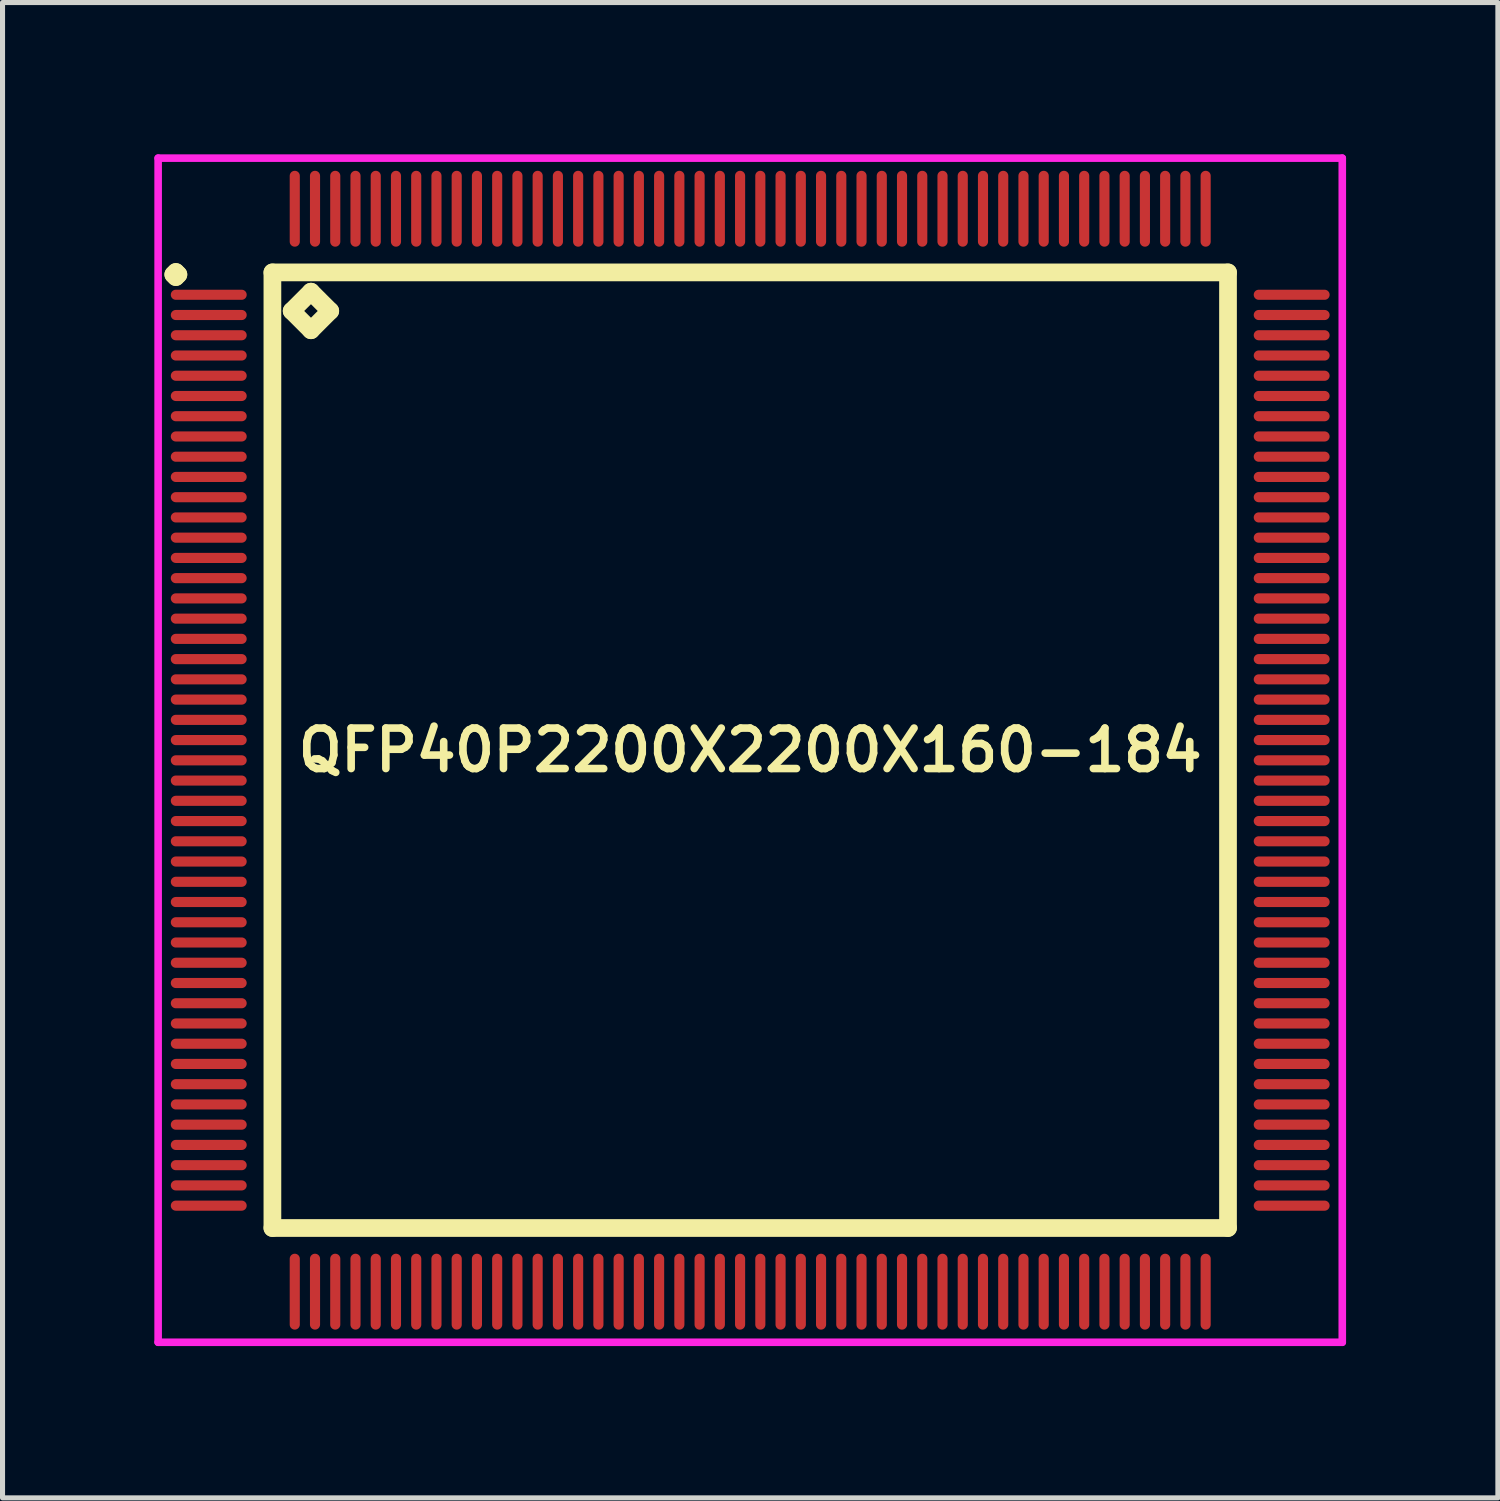
<source format=kicad_pcb>
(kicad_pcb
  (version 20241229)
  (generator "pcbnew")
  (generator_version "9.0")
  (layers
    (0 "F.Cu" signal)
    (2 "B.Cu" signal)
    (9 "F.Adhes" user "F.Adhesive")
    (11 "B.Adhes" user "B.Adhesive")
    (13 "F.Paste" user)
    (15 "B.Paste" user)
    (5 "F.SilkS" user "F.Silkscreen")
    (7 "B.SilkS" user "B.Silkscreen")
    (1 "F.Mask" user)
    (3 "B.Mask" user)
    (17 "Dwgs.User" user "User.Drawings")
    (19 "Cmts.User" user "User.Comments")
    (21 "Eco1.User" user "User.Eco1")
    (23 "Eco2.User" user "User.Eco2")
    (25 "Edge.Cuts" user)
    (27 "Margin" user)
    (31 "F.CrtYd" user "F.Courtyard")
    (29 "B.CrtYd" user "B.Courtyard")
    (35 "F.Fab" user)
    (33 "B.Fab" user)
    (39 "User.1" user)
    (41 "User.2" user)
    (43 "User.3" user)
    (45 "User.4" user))
  (footprint "QFP40P2200X2200X160-184"
    (layer "F.Cu")
    (at 11.775 11.775)
    (property "Reference" "QFP40P2200X2200X160-184" (at 0 0 0) (layer "F.SilkS") (effects (font (size 0.8 0.8) (thickness 0.15))))
    (attr smd)
    (fp_line (start -11.4 -9.4) (end -11.35 -9.45) (stroke (width 0.35) (type solid)) (layer "F.SilkS"))
    (fp_line (start -11.35 -9.45) (end -11.3 -9.4) (stroke (width 0.35) (type solid)) (layer "F.SilkS"))
    (fp_line (start -11.35 -9.35) (end -11.4 -9.4) (stroke (width 0.35) (type solid)) (layer "F.SilkS"))
    (fp_line (start -11.3 -9.4) (end -11.35 -9.35) (stroke (width 0.35) (type solid)) (layer "F.SilkS"))
    (fp_line (start -9.442 -9.442) (end -9.442 9.442) (stroke (width 0.35) (type solid)) (layer "F.SilkS"))
    (fp_line (start -9.442 9.442) (end 9.442 9.442) (stroke (width 0.35) (type solid)) (layer "F.SilkS"))
    (fp_line (start -9.061 -8.68) (end -8.68 -9.061) (stroke (width 0.35) (type solid)) (layer "F.SilkS"))
    (fp_line (start -8.68 -9.061) (end -8.299 -8.68) (stroke (width 0.35) (type solid)) (layer "F.SilkS"))
    (fp_line (start -8.68 -8.299) (end -9.061 -8.68) (stroke (width 0.35) (type solid)) (layer "F.SilkS"))
    (fp_line (start -8.299 -8.68) (end -8.68 -8.299) (stroke (width 0.35) (type solid)) (layer "F.SilkS"))
    (fp_line (start 9.442 -9.442) (end -9.442 -9.442) (stroke (width 0.35) (type solid)) (layer "F.SilkS"))
    (fp_line (start 9.442 9.442) (end 9.442 -9.442) (stroke (width 0.35) (type solid)) (layer "F.SilkS"))
    (fp_line (start -11.7 -11.7) (end 11.7 -11.7) (stroke (width 0.15) (type solid)) (layer "F.CrtYd"))
    (fp_line (start -11.7 11.7) (end -11.7 -11.7) (stroke (width 0.15) (type solid)) (layer "F.CrtYd"))
    (fp_line (start 11.7 -11.7) (end 11.7 11.7) (stroke (width 0.15) (type solid)) (layer "F.CrtYd"))
    (fp_line (start 11.7 11.7) (end -11.7 11.7) (stroke (width 0.15) (type solid)) (layer "F.CrtYd"))
    (pad "1" smd oval (at -10.7 -9) (size 1.5 0.2) (layers "F.Cu" "F.Mask" "F.Paste"))
    (pad "2" smd oval (at -10.7 -8.6) (size 1.5 0.2) (layers "F.Cu" "F.Mask" "F.Paste"))
    (pad "3" smd oval (at -10.7 -8.2) (size 1.5 0.2) (layers "F.Cu" "F.Mask" "F.Paste"))
    (pad "4" smd oval (at -10.7 -7.8) (size 1.5 0.2) (layers "F.Cu" "F.Mask" "F.Paste"))
    (pad "5" smd oval (at -10.7 -7.4) (size 1.5 0.2) (layers "F.Cu" "F.Mask" "F.Paste"))
    (pad "6" smd oval (at -10.7 -7) (size 1.5 0.2) (layers "F.Cu" "F.Mask" "F.Paste"))
    (pad "7" smd oval (at -10.7 -6.6) (size 1.5 0.2) (layers "F.Cu" "F.Mask" "F.Paste"))
    (pad "8" smd oval (at -10.7 -6.2) (size 1.5 0.2) (layers "F.Cu" "F.Mask" "F.Paste"))
    (pad "9" smd oval (at -10.7 -5.8) (size 1.5 0.2) (layers "F.Cu" "F.Mask" "F.Paste"))
    (pad "10" smd oval (at -10.7 -5.4) (size 1.5 0.2) (layers "F.Cu" "F.Mask" "F.Paste"))
    (pad "11" smd oval (at -10.7 -5) (size 1.5 0.2) (layers "F.Cu" "F.Mask" "F.Paste"))
    (pad "12" smd oval (at -10.7 -4.6) (size 1.5 0.2) (layers "F.Cu" "F.Mask" "F.Paste"))
    (pad "13" smd oval (at -10.7 -4.2) (size 1.5 0.2) (layers "F.Cu" "F.Mask" "F.Paste"))
    (pad "14" smd oval (at -10.7 -3.8) (size 1.5 0.2) (layers "F.Cu" "F.Mask" "F.Paste"))
    (pad "15" smd oval (at -10.7 -3.4) (size 1.5 0.2) (layers "F.Cu" "F.Mask" "F.Paste"))
    (pad "16" smd oval (at -10.7 -3) (size 1.5 0.2) (layers "F.Cu" "F.Mask" "F.Paste"))
    (pad "17" smd oval (at -10.7 -2.6) (size 1.5 0.2) (layers "F.Cu" "F.Mask" "F.Paste"))
    (pad "18" smd oval (at -10.7 -2.2) (size 1.5 0.2) (layers "F.Cu" "F.Mask" "F.Paste"))
    (pad "19" smd oval (at -10.7 -1.8) (size 1.5 0.2) (layers "F.Cu" "F.Mask" "F.Paste"))
    (pad "20" smd oval (at -10.7 -1.4) (size 1.5 0.2) (layers "F.Cu" "F.Mask" "F.Paste"))
    (pad "21" smd oval (at -10.7 -1) (size 1.5 0.2) (layers "F.Cu" "F.Mask" "F.Paste"))
    (pad "22" smd oval (at -10.7 -0.6) (size 1.5 0.2) (layers "F.Cu" "F.Mask" "F.Paste"))
    (pad "23" smd oval (at -10.7 -0.2) (size 1.5 0.2) (layers "F.Cu" "F.Mask" "F.Paste"))
    (pad "24" smd oval (at -10.7 0.2) (size 1.5 0.2) (layers "F.Cu" "F.Mask" "F.Paste"))
    (pad "25" smd oval (at -10.7 0.6) (size 1.5 0.2) (layers "F.Cu" "F.Mask" "F.Paste"))
    (pad "26" smd oval (at -10.7 1) (size 1.5 0.2) (layers "F.Cu" "F.Mask" "F.Paste"))
    (pad "27" smd oval (at -10.7 1.4) (size 1.5 0.2) (layers "F.Cu" "F.Mask" "F.Paste"))
    (pad "28" smd oval (at -10.7 1.8) (size 1.5 0.2) (layers "F.Cu" "F.Mask" "F.Paste"))
    (pad "29" smd oval (at -10.7 2.2) (size 1.5 0.2) (layers "F.Cu" "F.Mask" "F.Paste"))
    (pad "30" smd oval (at -10.7 2.6) (size 1.5 0.2) (layers "F.Cu" "F.Mask" "F.Paste"))
    (pad "31" smd oval (at -10.7 3) (size 1.5 0.2) (layers "F.Cu" "F.Mask" "F.Paste"))
    (pad "32" smd oval (at -10.7 3.4) (size 1.5 0.2) (layers "F.Cu" "F.Mask" "F.Paste"))
    (pad "33" smd oval (at -10.7 3.8) (size 1.5 0.2) (layers "F.Cu" "F.Mask" "F.Paste"))
    (pad "34" smd oval (at -10.7 4.2) (size 1.5 0.2) (layers "F.Cu" "F.Mask" "F.Paste"))
    (pad "35" smd oval (at -10.7 4.6) (size 1.5 0.2) (layers "F.Cu" "F.Mask" "F.Paste"))
    (pad "36" smd oval (at -10.7 5) (size 1.5 0.2) (layers "F.Cu" "F.Mask" "F.Paste"))
    (pad "37" smd oval (at -10.7 5.4) (size 1.5 0.2) (layers "F.Cu" "F.Mask" "F.Paste"))
    (pad "38" smd oval (at -10.7 5.8) (size 1.5 0.2) (layers "F.Cu" "F.Mask" "F.Paste"))
    (pad "39" smd oval (at -10.7 6.2) (size 1.5 0.2) (layers "F.Cu" "F.Mask" "F.Paste"))
    (pad "40" smd oval (at -10.7 6.6) (size 1.5 0.2) (layers "F.Cu" "F.Mask" "F.Paste"))
    (pad "41" smd oval (at -10.7 7) (size 1.5 0.2) (layers "F.Cu" "F.Mask" "F.Paste"))
    (pad "42" smd oval (at -10.7 7.4) (size 1.5 0.2) (layers "F.Cu" "F.Mask" "F.Paste"))
    (pad "43" smd oval (at -10.7 7.8) (size 1.5 0.2) (layers "F.Cu" "F.Mask" "F.Paste"))
    (pad "44" smd oval (at -10.7 8.2) (size 1.5 0.2) (layers "F.Cu" "F.Mask" "F.Paste"))
    (pad "45" smd oval (at -10.7 8.6) (size 1.5 0.2) (layers "F.Cu" "F.Mask" "F.Paste"))
    (pad "46" smd oval (at -10.7 9) (size 1.5 0.2) (layers "F.Cu" "F.Mask" "F.Paste"))
    (pad "47" smd oval (at -9 10.7) (size 0.2 1.5) (layers "F.Cu" "F.Mask" "F.Paste"))
    (pad "48" smd oval (at -8.6 10.7) (size 0.2 1.5) (layers "F.Cu" "F.Mask" "F.Paste"))
    (pad "49" smd oval (at -8.2 10.7) (size 0.2 1.5) (layers "F.Cu" "F.Mask" "F.Paste"))
    (pad "50" smd oval (at -7.8 10.7) (size 0.2 1.5) (layers "F.Cu" "F.Mask" "F.Paste"))
    (pad "51" smd oval (at -7.4 10.7) (size 0.2 1.5) (layers "F.Cu" "F.Mask" "F.Paste"))
    (pad "52" smd oval (at -7 10.7) (size 0.2 1.5) (layers "F.Cu" "F.Mask" "F.Paste"))
    (pad "53" smd oval (at -6.6 10.7) (size 0.2 1.5) (layers "F.Cu" "F.Mask" "F.Paste"))
    (pad "54" smd oval (at -6.2 10.7) (size 0.2 1.5) (layers "F.Cu" "F.Mask" "F.Paste"))
    (pad "55" smd oval (at -5.8 10.7) (size 0.2 1.5) (layers "F.Cu" "F.Mask" "F.Paste"))
    (pad "56" smd oval (at -5.4 10.7) (size 0.2 1.5) (layers "F.Cu" "F.Mask" "F.Paste"))
    (pad "57" smd oval (at -5 10.7) (size 0.2 1.5) (layers "F.Cu" "F.Mask" "F.Paste"))
    (pad "58" smd oval (at -4.6 10.7) (size 0.2 1.5) (layers "F.Cu" "F.Mask" "F.Paste"))
    (pad "59" smd oval (at -4.2 10.7) (size 0.2 1.5) (layers "F.Cu" "F.Mask" "F.Paste"))
    (pad "60" smd oval (at -3.8 10.7) (size 0.2 1.5) (layers "F.Cu" "F.Mask" "F.Paste"))
    (pad "61" smd oval (at -3.4 10.7) (size 0.2 1.5) (layers "F.Cu" "F.Mask" "F.Paste"))
    (pad "62" smd oval (at -3 10.7) (size 0.2 1.5) (layers "F.Cu" "F.Mask" "F.Paste"))
    (pad "63" smd oval (at -2.6 10.7) (size 0.2 1.5) (layers "F.Cu" "F.Mask" "F.Paste"))
    (pad "64" smd oval (at -2.2 10.7) (size 0.2 1.5) (layers "F.Cu" "F.Mask" "F.Paste"))
    (pad "65" smd oval (at -1.8 10.7) (size 0.2 1.5) (layers "F.Cu" "F.Mask" "F.Paste"))
    (pad "66" smd oval (at -1.4 10.7) (size 0.2 1.5) (layers "F.Cu" "F.Mask" "F.Paste"))
    (pad "67" smd oval (at -1 10.7) (size 0.2 1.5) (layers "F.Cu" "F.Mask" "F.Paste"))
    (pad "68" smd oval (at -0.6 10.7) (size 0.2 1.5) (layers "F.Cu" "F.Mask" "F.Paste"))
    (pad "69" smd oval (at -0.2 10.7) (size 0.2 1.5) (layers "F.Cu" "F.Mask" "F.Paste"))
    (pad "70" smd oval (at 0.2 10.7) (size 0.2 1.5) (layers "F.Cu" "F.Mask" "F.Paste"))
    (pad "71" smd oval (at 0.6 10.7) (size 0.2 1.5) (layers "F.Cu" "F.Mask" "F.Paste"))
    (pad "72" smd oval (at 1 10.7) (size 0.2 1.5) (layers "F.Cu" "F.Mask" "F.Paste"))
    (pad "73" smd oval (at 1.4 10.7) (size 0.2 1.5) (layers "F.Cu" "F.Mask" "F.Paste"))
    (pad "74" smd oval (at 1.8 10.7) (size 0.2 1.5) (layers "F.Cu" "F.Mask" "F.Paste"))
    (pad "75" smd oval (at 2.2 10.7) (size 0.2 1.5) (layers "F.Cu" "F.Mask" "F.Paste"))
    (pad "76" smd oval (at 2.6 10.7) (size 0.2 1.5) (layers "F.Cu" "F.Mask" "F.Paste"))
    (pad "77" smd oval (at 3 10.7) (size 0.2 1.5) (layers "F.Cu" "F.Mask" "F.Paste"))
    (pad "78" smd oval (at 3.4 10.7) (size 0.2 1.5) (layers "F.Cu" "F.Mask" "F.Paste"))
    (pad "79" smd oval (at 3.8 10.7) (size 0.2 1.5) (layers "F.Cu" "F.Mask" "F.Paste"))
    (pad "80" smd oval (at 4.2 10.7) (size 0.2 1.5) (layers "F.Cu" "F.Mask" "F.Paste"))
    (pad "81" smd oval (at 4.6 10.7) (size 0.2 1.5) (layers "F.Cu" "F.Mask" "F.Paste"))
    (pad "82" smd oval (at 5 10.7) (size 0.2 1.5) (layers "F.Cu" "F.Mask" "F.Paste"))
    (pad "83" smd oval (at 5.4 10.7) (size 0.2 1.5) (layers "F.Cu" "F.Mask" "F.Paste"))
    (pad "84" smd oval (at 5.8 10.7) (size 0.2 1.5) (layers "F.Cu" "F.Mask" "F.Paste"))
    (pad "85" smd oval (at 6.2 10.7) (size 0.2 1.5) (layers "F.Cu" "F.Mask" "F.Paste"))
    (pad "86" smd oval (at 6.6 10.7) (size 0.2 1.5) (layers "F.Cu" "F.Mask" "F.Paste"))
    (pad "87" smd oval (at 7 10.7) (size 0.2 1.5) (layers "F.Cu" "F.Mask" "F.Paste"))
    (pad "88" smd oval (at 7.4 10.7) (size 0.2 1.5) (layers "F.Cu" "F.Mask" "F.Paste"))
    (pad "89" smd oval (at 7.8 10.7) (size 0.2 1.5) (layers "F.Cu" "F.Mask" "F.Paste"))
    (pad "90" smd oval (at 8.2 10.7) (size 0.2 1.5) (layers "F.Cu" "F.Mask" "F.Paste"))
    (pad "91" smd oval (at 8.6 10.7) (size 0.2 1.5) (layers "F.Cu" "F.Mask" "F.Paste"))
    (pad "92" smd oval (at 9 10.7) (size 0.2 1.5) (layers "F.Cu" "F.Mask" "F.Paste"))
    (pad "93" smd oval (at 10.7 9) (size 1.5 0.2) (layers "F.Cu" "F.Mask" "F.Paste"))
    (pad "94" smd oval (at 10.7 8.6) (size 1.5 0.2) (layers "F.Cu" "F.Mask" "F.Paste"))
    (pad "95" smd oval (at 10.7 8.2) (size 1.5 0.2) (layers "F.Cu" "F.Mask" "F.Paste"))
    (pad "96" smd oval (at 10.7 7.8) (size 1.5 0.2) (layers "F.Cu" "F.Mask" "F.Paste"))
    (pad "97" smd oval (at 10.7 7.4) (size 1.5 0.2) (layers "F.Cu" "F.Mask" "F.Paste"))
    (pad "98" smd oval (at 10.7 7) (size 1.5 0.2) (layers "F.Cu" "F.Mask" "F.Paste"))
    (pad "99" smd oval (at 10.7 6.6) (size 1.5 0.2) (layers "F.Cu" "F.Mask" "F.Paste"))
    (pad "100" smd oval (at 10.7 6.2) (size 1.5 0.2) (layers "F.Cu" "F.Mask" "F.Paste"))
    (pad "101" smd oval (at 10.7 5.8) (size 1.5 0.2) (layers "F.Cu" "F.Mask" "F.Paste"))
    (pad "102" smd oval (at 10.7 5.4) (size 1.5 0.2) (layers "F.Cu" "F.Mask" "F.Paste"))
    (pad "103" smd oval (at 10.7 5) (size 1.5 0.2) (layers "F.Cu" "F.Mask" "F.Paste"))
    (pad "104" smd oval (at 10.7 4.6) (size 1.5 0.2) (layers "F.Cu" "F.Mask" "F.Paste"))
    (pad "105" smd oval (at 10.7 4.2) (size 1.5 0.2) (layers "F.Cu" "F.Mask" "F.Paste"))
    (pad "106" smd oval (at 10.7 3.8) (size 1.5 0.2) (layers "F.Cu" "F.Mask" "F.Paste"))
    (pad "107" smd oval (at 10.7 3.4) (size 1.5 0.2) (layers "F.Cu" "F.Mask" "F.Paste"))
    (pad "108" smd oval (at 10.7 3) (size 1.5 0.2) (layers "F.Cu" "F.Mask" "F.Paste"))
    (pad "109" smd oval (at 10.7 2.6) (size 1.5 0.2) (layers "F.Cu" "F.Mask" "F.Paste"))
    (pad "110" smd oval (at 10.7 2.2) (size 1.5 0.2) (layers "F.Cu" "F.Mask" "F.Paste"))
    (pad "111" smd oval (at 10.7 1.8) (size 1.5 0.2) (layers "F.Cu" "F.Mask" "F.Paste"))
    (pad "112" smd oval (at 10.7 1.4) (size 1.5 0.2) (layers "F.Cu" "F.Mask" "F.Paste"))
    (pad "113" smd oval (at 10.7 1) (size 1.5 0.2) (layers "F.Cu" "F.Mask" "F.Paste"))
    (pad "114" smd oval (at 10.7 0.6) (size 1.5 0.2) (layers "F.Cu" "F.Mask" "F.Paste"))
    (pad "115" smd oval (at 10.7 0.2) (size 1.5 0.2) (layers "F.Cu" "F.Mask" "F.Paste"))
    (pad "116" smd oval (at 10.7 -0.2) (size 1.5 0.2) (layers "F.Cu" "F.Mask" "F.Paste"))
    (pad "117" smd oval (at 10.7 -0.6) (size 1.5 0.2) (layers "F.Cu" "F.Mask" "F.Paste"))
    (pad "118" smd oval (at 10.7 -1) (size 1.5 0.2) (layers "F.Cu" "F.Mask" "F.Paste"))
    (pad "119" smd oval (at 10.7 -1.4) (size 1.5 0.2) (layers "F.Cu" "F.Mask" "F.Paste"))
    (pad "120" smd oval (at 10.7 -1.8) (size 1.5 0.2) (layers "F.Cu" "F.Mask" "F.Paste"))
    (pad "121" smd oval (at 10.7 -2.2) (size 1.5 0.2) (layers "F.Cu" "F.Mask" "F.Paste"))
    (pad "122" smd oval (at 10.7 -2.6) (size 1.5 0.2) (layers "F.Cu" "F.Mask" "F.Paste"))
    (pad "123" smd oval (at 10.7 -3) (size 1.5 0.2) (layers "F.Cu" "F.Mask" "F.Paste"))
    (pad "124" smd oval (at 10.7 -3.4) (size 1.5 0.2) (layers "F.Cu" "F.Mask" "F.Paste"))
    (pad "125" smd oval (at 10.7 -3.8) (size 1.5 0.2) (layers "F.Cu" "F.Mask" "F.Paste"))
    (pad "126" smd oval (at 10.7 -4.2) (size 1.5 0.2) (layers "F.Cu" "F.Mask" "F.Paste"))
    (pad "127" smd oval (at 10.7 -4.6) (size 1.5 0.2) (layers "F.Cu" "F.Mask" "F.Paste"))
    (pad "128" smd oval (at 10.7 -5) (size 1.5 0.2) (layers "F.Cu" "F.Mask" "F.Paste"))
    (pad "129" smd oval (at 10.7 -5.4) (size 1.5 0.2) (layers "F.Cu" "F.Mask" "F.Paste"))
    (pad "130" smd oval (at 10.7 -5.8) (size 1.5 0.2) (layers "F.Cu" "F.Mask" "F.Paste"))
    (pad "131" smd oval (at 10.7 -6.2) (size 1.5 0.2) (layers "F.Cu" "F.Mask" "F.Paste"))
    (pad "132" smd oval (at 10.7 -6.6) (size 1.5 0.2) (layers "F.Cu" "F.Mask" "F.Paste"))
    (pad "133" smd oval (at 10.7 -7) (size 1.5 0.2) (layers "F.Cu" "F.Mask" "F.Paste"))
    (pad "134" smd oval (at 10.7 -7.4) (size 1.5 0.2) (layers "F.Cu" "F.Mask" "F.Paste"))
    (pad "135" smd oval (at 10.7 -7.8) (size 1.5 0.2) (layers "F.Cu" "F.Mask" "F.Paste"))
    (pad "136" smd oval (at 10.7 -8.2) (size 1.5 0.2) (layers "F.Cu" "F.Mask" "F.Paste"))
    (pad "137" smd oval (at 10.7 -8.6) (size 1.5 0.2) (layers "F.Cu" "F.Mask" "F.Paste"))
    (pad "138" smd oval (at 10.7 -9) (size 1.5 0.2) (layers "F.Cu" "F.Mask" "F.Paste"))
    (pad "139" smd oval (at 9 -10.7) (size 0.2 1.5) (layers "F.Cu" "F.Mask" "F.Paste"))
    (pad "140" smd oval (at 8.6 -10.7) (size 0.2 1.5) (layers "F.Cu" "F.Mask" "F.Paste"))
    (pad "141" smd oval (at 8.2 -10.7) (size 0.2 1.5) (layers "F.Cu" "F.Mask" "F.Paste"))
    (pad "142" smd oval (at 7.8 -10.7) (size 0.2 1.5) (layers "F.Cu" "F.Mask" "F.Paste"))
    (pad "143" smd oval (at 7.4 -10.7) (size 0.2 1.5) (layers "F.Cu" "F.Mask" "F.Paste"))
    (pad "144" smd oval (at 7 -10.7) (size 0.2 1.5) (layers "F.Cu" "F.Mask" "F.Paste"))
    (pad "145" smd oval (at 6.6 -10.7) (size 0.2 1.5) (layers "F.Cu" "F.Mask" "F.Paste"))
    (pad "146" smd oval (at 6.2 -10.7) (size 0.2 1.5) (layers "F.Cu" "F.Mask" "F.Paste"))
    (pad "147" smd oval (at 5.8 -10.7) (size 0.2 1.5) (layers "F.Cu" "F.Mask" "F.Paste"))
    (pad "148" smd oval (at 5.4 -10.7) (size 0.2 1.5) (layers "F.Cu" "F.Mask" "F.Paste"))
    (pad "149" smd oval (at 5 -10.7) (size 0.2 1.5) (layers "F.Cu" "F.Mask" "F.Paste"))
    (pad "150" smd oval (at 4.6 -10.7) (size 0.2 1.5) (layers "F.Cu" "F.Mask" "F.Paste"))
    (pad "151" smd oval (at 4.2 -10.7) (size 0.2 1.5) (layers "F.Cu" "F.Mask" "F.Paste"))
    (pad "152" smd oval (at 3.8 -10.7) (size 0.2 1.5) (layers "F.Cu" "F.Mask" "F.Paste"))
    (pad "153" smd oval (at 3.4 -10.7) (size 0.2 1.5) (layers "F.Cu" "F.Mask" "F.Paste"))
    (pad "154" smd oval (at 3 -10.7) (size 0.2 1.5) (layers "F.Cu" "F.Mask" "F.Paste"))
    (pad "155" smd oval (at 2.6 -10.7) (size 0.2 1.5) (layers "F.Cu" "F.Mask" "F.Paste"))
    (pad "156" smd oval (at 2.2 -10.7) (size 0.2 1.5) (layers "F.Cu" "F.Mask" "F.Paste"))
    (pad "157" smd oval (at 1.8 -10.7) (size 0.2 1.5) (layers "F.Cu" "F.Mask" "F.Paste"))
    (pad "158" smd oval (at 1.4 -10.7) (size 0.2 1.5) (layers "F.Cu" "F.Mask" "F.Paste"))
    (pad "159" smd oval (at 1 -10.7) (size 0.2 1.5) (layers "F.Cu" "F.Mask" "F.Paste"))
    (pad "160" smd oval (at 0.6 -10.7) (size 0.2 1.5) (layers "F.Cu" "F.Mask" "F.Paste"))
    (pad "161" smd oval (at 0.2 -10.7) (size 0.2 1.5) (layers "F.Cu" "F.Mask" "F.Paste"))
    (pad "162" smd oval (at -0.2 -10.7) (size 0.2 1.5) (layers "F.Cu" "F.Mask" "F.Paste"))
    (pad "163" smd oval (at -0.6 -10.7) (size 0.2 1.5) (layers "F.Cu" "F.Mask" "F.Paste"))
    (pad "164" smd oval (at -1 -10.7) (size 0.2 1.5) (layers "F.Cu" "F.Mask" "F.Paste"))
    (pad "165" smd oval (at -1.4 -10.7) (size 0.2 1.5) (layers "F.Cu" "F.Mask" "F.Paste"))
    (pad "166" smd oval (at -1.8 -10.7) (size 0.2 1.5) (layers "F.Cu" "F.Mask" "F.Paste"))
    (pad "167" smd oval (at -2.2 -10.7) (size 0.2 1.5) (layers "F.Cu" "F.Mask" "F.Paste"))
    (pad "168" smd oval (at -2.6 -10.7) (size 0.2 1.5) (layers "F.Cu" "F.Mask" "F.Paste"))
    (pad "169" smd oval (at -3 -10.7) (size 0.2 1.5) (layers "F.Cu" "F.Mask" "F.Paste"))
    (pad "170" smd oval (at -3.4 -10.7) (size 0.2 1.5) (layers "F.Cu" "F.Mask" "F.Paste"))
    (pad "171" smd oval (at -3.8 -10.7) (size 0.2 1.5) (layers "F.Cu" "F.Mask" "F.Paste"))
    (pad "172" smd oval (at -4.2 -10.7) (size 0.2 1.5) (layers "F.Cu" "F.Mask" "F.Paste"))
    (pad "173" smd oval (at -4.6 -10.7) (size 0.2 1.5) (layers "F.Cu" "F.Mask" "F.Paste"))
    (pad "174" smd oval (at -5 -10.7) (size 0.2 1.5) (layers "F.Cu" "F.Mask" "F.Paste"))
    (pad "175" smd oval (at -5.4 -10.7) (size 0.2 1.5) (layers "F.Cu" "F.Mask" "F.Paste"))
    (pad "176" smd oval (at -5.8 -10.7) (size 0.2 1.5) (layers "F.Cu" "F.Mask" "F.Paste"))
    (pad "177" smd oval (at -6.2 -10.7) (size 0.2 1.5) (layers "F.Cu" "F.Mask" "F.Paste"))
    (pad "178" smd oval (at -6.6 -10.7) (size 0.2 1.5) (layers "F.Cu" "F.Mask" "F.Paste"))
    (pad "179" smd oval (at -7 -10.7) (size 0.2 1.5) (layers "F.Cu" "F.Mask" "F.Paste"))
    (pad "180" smd oval (at -7.4 -10.7) (size 0.2 1.5) (layers "F.Cu" "F.Mask" "F.Paste"))
    (pad "181" smd oval (at -7.8 -10.7) (size 0.2 1.5) (layers "F.Cu" "F.Mask" "F.Paste"))
    (pad "182" smd oval (at -8.2 -10.7) (size 0.2 1.5) (layers "F.Cu" "F.Mask" "F.Paste"))
    (pad "183" smd oval (at -8.6 -10.7) (size 0.2 1.5) (layers "F.Cu" "F.Mask" "F.Paste"))
    (pad "184" smd oval (at -9 -10.7) (size 0.2 1.5) (layers "F.Cu" "F.Mask" "F.Paste")))
  (gr_rect
    (start -3 -3)
    (end 26.55 26.55)
    (stroke (width 0.1) (type default))
    (fill no)
    (layer "Edge.Cuts")))
</source>
